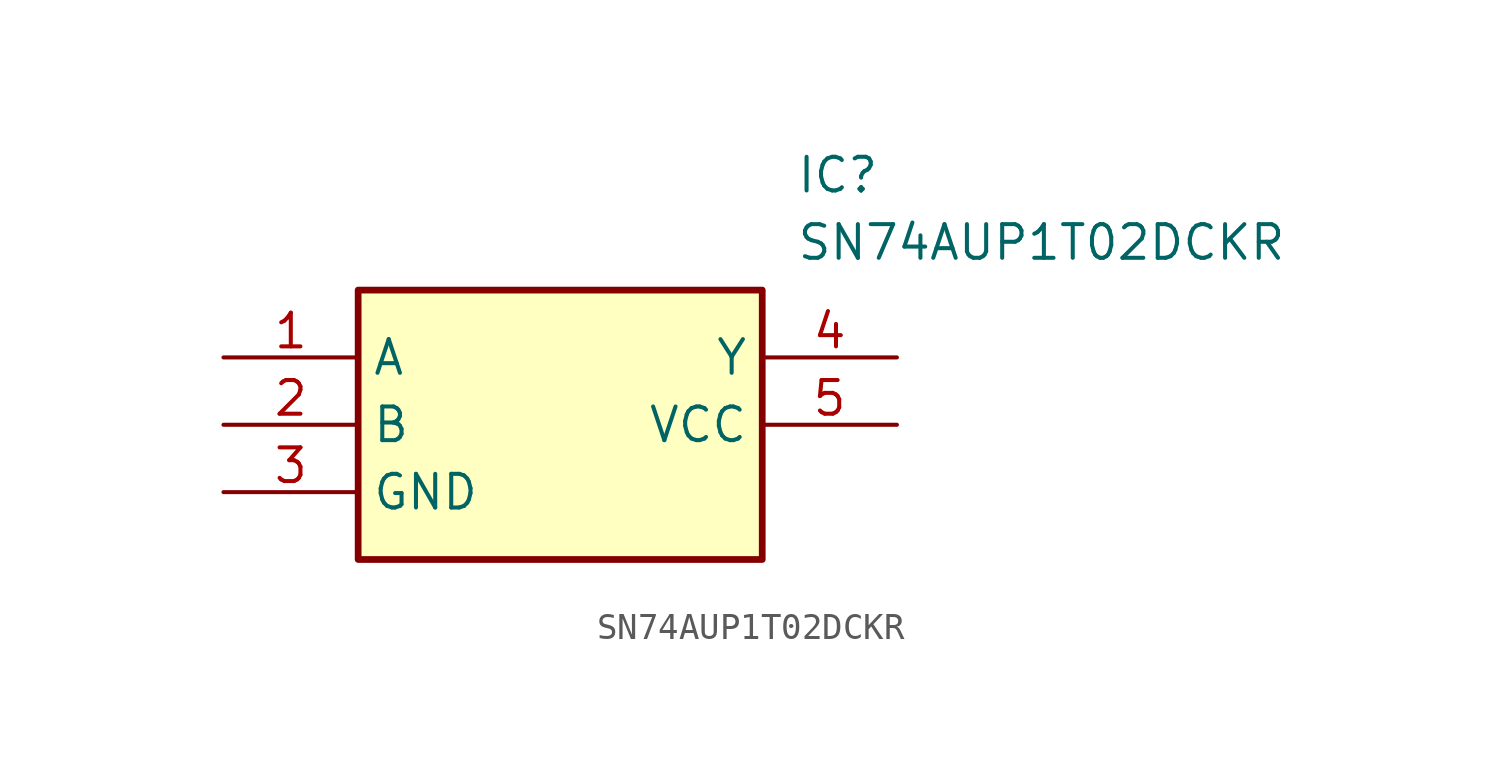
<source format=kicad_sym>
(kicad_symbol_lib
  (version 20211014)
  (generator SamacSys_ECAD_Model)
  (symbol "SN74AUP1T02DCKR"
    (property "Reference" "IC"
      (at 21.59 7.62 0)
      (effects (font (size 1.27 1.27)) (justify left top)))
    (property "Value" "SN74AUP1T02DCKR"
      (at 21.59 5.08 0)
      (effects (font (size 1.27 1.27)) (justify left top)))
    (rectangle
      (start 5.08 2.54)
      (end 20.32 -7.62)
      (stroke (width 0.254) (type default))
      (fill (type background)))
    (pin passive line
      (at 0 0 0)
      (length 5.08)
      (name "A" (effects (font (size 1.27 1.27))))
      (number "1" (effects (font (size 1.27 1.27)))))
    (pin passive line
      (at 0 -2.54 0)
      (length 5.08)
      (name "B" (effects (font (size 1.27 1.27))))
      (number "2" (effects (font (size 1.27 1.27)))))
    (pin passive line
      (at 0 -5.08 0)
      (length 5.08)
      (name "GND" (effects (font (size 1.27 1.27))))
      (number "3" (effects (font (size 1.27 1.27)))))
    (pin passive line
      (at 25.4 0 180)
      (length 5.08)
      (name "Y" (effects (font (size 1.27 1.27))))
      (number "4" (effects (font (size 1.27 1.27)))))
    (pin passive line
      (at 25.4 -2.54 180)
      (length 5.08)
      (name "VCC" (effects (font (size 1.27 1.27))))
      (number "5" (effects (font (size 1.27 1.27)))))))
</source>
